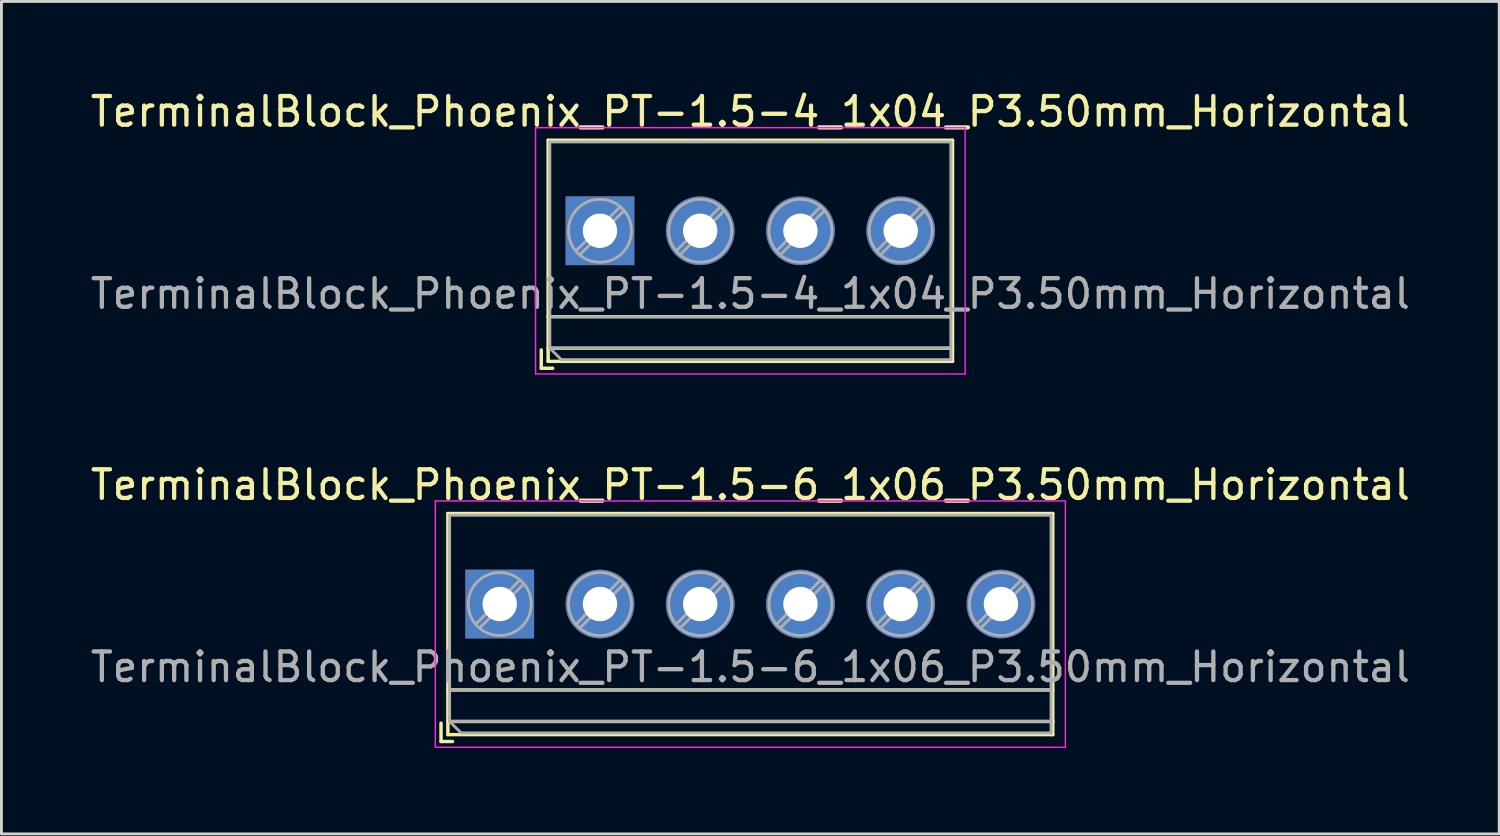
<source format=kicad_pcb>
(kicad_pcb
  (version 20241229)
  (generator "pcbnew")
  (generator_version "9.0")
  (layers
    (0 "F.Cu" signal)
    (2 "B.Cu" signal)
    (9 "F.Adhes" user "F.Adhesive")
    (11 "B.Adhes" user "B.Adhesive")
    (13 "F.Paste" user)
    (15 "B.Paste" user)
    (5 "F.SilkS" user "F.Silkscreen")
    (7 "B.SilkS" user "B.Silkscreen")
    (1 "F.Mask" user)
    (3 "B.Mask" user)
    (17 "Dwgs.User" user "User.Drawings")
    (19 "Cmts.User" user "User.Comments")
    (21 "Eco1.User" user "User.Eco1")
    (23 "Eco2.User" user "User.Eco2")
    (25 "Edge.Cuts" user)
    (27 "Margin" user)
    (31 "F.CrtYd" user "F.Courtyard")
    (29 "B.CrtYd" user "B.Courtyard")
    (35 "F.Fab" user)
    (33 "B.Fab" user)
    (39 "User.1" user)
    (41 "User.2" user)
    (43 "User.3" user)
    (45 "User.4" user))
  (footprint "TerminalBlock_Phoenix_PT-1.5-4_1x04_P3.50mm_Horizontal"
    (layer "F.Cu")
    (at 17.899 5.008)
    (property "Reference" "TerminalBlock_Phoenix_PT-1.5-4_1x04_P3.50mm_Horizontal" (at 5.25 -4.16 0) (layer "F.SilkS") (effects (font (size 1 1) (thickness 0.15))))
    (attr through_hole)
    (fp_line (start -2.05 4.16) (end -2.05 4.8) (stroke (width 0.12) (type solid)) (layer "F.SilkS"))
    (fp_line (start -2.05 4.8) (end -1.65 4.8) (stroke (width 0.12) (type solid)) (layer "F.SilkS"))
    (fp_line (start -1.81 -3.16) (end -1.81 4.56) (stroke (width 0.12) (type solid)) (layer "F.SilkS"))
    (fp_line (start -1.81 -3.16) (end 12.31 -3.16) (stroke (width 0.12) (type solid)) (layer "F.SilkS"))
    (fp_line (start -1.81 3) (end 12.31 3) (stroke (width 0.12) (type solid)) (layer "F.SilkS"))
    (fp_line (start -1.81 4.1) (end 12.31 4.1) (stroke (width 0.12) (type solid)) (layer "F.SilkS"))
    (fp_line (start -1.81 4.56) (end 12.31 4.56) (stroke (width 0.12) (type solid)) (layer "F.SilkS"))
    (fp_line (start 12.31 -3.16) (end 12.31 4.56) (stroke (width 0.12) (type solid)) (layer "F.SilkS"))
    (fp_line (start -2.25 -3.6) (end -2.25 5) (stroke (width 0.05) (type solid)) (layer "F.CrtYd"))
    (fp_line (start -2.25 5) (end 12.75 5) (stroke (width 0.05) (type solid)) (layer "F.CrtYd"))
    (fp_line (start 12.75 -3.6) (end -2.25 -3.6) (stroke (width 0.05) (type solid)) (layer "F.CrtYd"))
    (fp_line (start 12.75 5) (end 12.75 -3.6) (stroke (width 0.05) (type solid)) (layer "F.CrtYd"))
    (fp_line (start -1.75 -3.1) (end 12.25 -3.1) (stroke (width 0.1) (type solid)) (layer "F.Fab"))
    (fp_line (start -1.75 3) (end 12.25 3) (stroke (width 0.1) (type solid)) (layer "F.Fab"))
    (fp_line (start -1.75 4.1) (end -1.75 -3.1) (stroke (width 0.1) (type solid)) (layer "F.Fab"))
    (fp_line (start -1.75 4.1) (end 12.25 4.1) (stroke (width 0.1) (type solid)) (layer "F.Fab"))
    (fp_line (start -1.35 4.5) (end -1.75 4.1) (stroke (width 0.1) (type solid)) (layer "F.Fab"))
    (fp_line (start 0.701 -0.835) (end -0.835 0.7) (stroke (width 0.1) (type solid)) (layer "F.Fab"))
    (fp_line (start 0.835 -0.7) (end -0.701 0.835) (stroke (width 0.1) (type solid)) (layer "F.Fab"))
    (fp_line (start 4.201 -0.835) (end 2.666 0.7) (stroke (width 0.1) (type solid)) (layer "F.Fab"))
    (fp_line (start 4.335 -0.7) (end 2.8 0.835) (stroke (width 0.1) (type solid)) (layer "F.Fab"))
    (fp_line (start 7.701 -0.835) (end 6.166 0.7) (stroke (width 0.1) (type solid)) (layer "F.Fab"))
    (fp_line (start 7.835 -0.7) (end 6.3 0.835) (stroke (width 0.1) (type solid)) (layer "F.Fab"))
    (fp_line (start 11.201 -0.835) (end 9.666 0.7) (stroke (width 0.1) (type solid)) (layer "F.Fab"))
    (fp_line (start 11.335 -0.7) (end 9.8 0.835) (stroke (width 0.1) (type solid)) (layer "F.Fab"))
    (fp_line (start 12.25 -3.1) (end 12.25 4.5) (stroke (width 0.1) (type solid)) (layer "F.Fab"))
    (fp_line (start 12.25 4.5) (end -1.35 4.5) (stroke (width 0.1) (type solid)) (layer "F.Fab"))
    (fp_circle (center 0 0) (end 1.1 0) (stroke (width 0.1) (type solid)) (fill no) (layer "F.Fab"))
    (fp_circle (center 3.5 0) (end 4.6 0) (stroke (width 0.1) (type solid)) (fill no) (layer "F.Fab"))
    (fp_circle (center 7 0) (end 8.1 0) (stroke (width 0.1) (type solid)) (fill no) (layer "F.Fab"))
    (fp_circle (center 10.5 0) (end 11.6 0) (stroke (width 0.1) (type solid)) (fill no) (layer "F.Fab"))
    (fp_text user "${REFERENCE}" (at 5.25 2.2 0) (layer "F.Fab") (effects (font (size 1 1) (thickness 0.15))))
    (pad "1" thru_hole rect (at 0 0) (size 2.4 2.4) (drill 1.2) (layers "*.Cu" "*.Mask"))
    (pad "2" thru_hole circle (at 3.5 0) (size 2.4 2.4) (drill 1.2) (layers "*.Cu" "*.Mask"))
    (pad "3" thru_hole circle (at 7 0) (size 2.4 2.4) (drill 1.2) (layers "*.Cu" "*.Mask"))
    (pad "4" thru_hole circle (at 10.5 0) (size 2.4 2.4) (drill 1.2) (layers "*.Cu" "*.Mask")))
  (footprint "TerminalBlock_Phoenix_PT-1.5-6_1x06_P3.50mm_Horizontal"
    (layer "F.Cu")
    (at 14.399 18.041)
    (property "Reference" "TerminalBlock_Phoenix_PT-1.5-6_1x06_P3.50mm_Horizontal" (at 8.75 -4.16 0) (layer "F.SilkS") (effects (font (size 1 1) (thickness 0.15))))
    (attr through_hole)
    (fp_line (start -2.05 4.16) (end -2.05 4.8) (stroke (width 0.12) (type solid)) (layer "F.SilkS"))
    (fp_line (start -2.05 4.8) (end -1.65 4.8) (stroke (width 0.12) (type solid)) (layer "F.SilkS"))
    (fp_line (start -1.81 -3.16) (end -1.81 4.56) (stroke (width 0.12) (type solid)) (layer "F.SilkS"))
    (fp_line (start -1.81 -3.16) (end 19.311 -3.16) (stroke (width 0.12) (type solid)) (layer "F.SilkS"))
    (fp_line (start -1.81 3) (end 19.311 3) (stroke (width 0.12) (type solid)) (layer "F.SilkS"))
    (fp_line (start -1.81 4.1) (end 19.311 4.1) (stroke (width 0.12) (type solid)) (layer "F.SilkS"))
    (fp_line (start -1.81 4.56) (end 19.311 4.56) (stroke (width 0.12) (type solid)) (layer "F.SilkS"))
    (fp_line (start 19.311 -3.16) (end 19.311 4.56) (stroke (width 0.12) (type solid)) (layer "F.SilkS"))
    (fp_line (start -2.25 -3.6) (end -2.25 5) (stroke (width 0.05) (type solid)) (layer "F.CrtYd"))
    (fp_line (start -2.25 5) (end 19.75 5) (stroke (width 0.05) (type solid)) (layer "F.CrtYd"))
    (fp_line (start 19.75 -3.6) (end -2.25 -3.6) (stroke (width 0.05) (type solid)) (layer "F.CrtYd"))
    (fp_line (start 19.75 5) (end 19.75 -3.6) (stroke (width 0.05) (type solid)) (layer "F.CrtYd"))
    (fp_line (start -1.75 -3.1) (end 19.25 -3.1) (stroke (width 0.1) (type solid)) (layer "F.Fab"))
    (fp_line (start -1.75 3) (end 19.25 3) (stroke (width 0.1) (type solid)) (layer "F.Fab"))
    (fp_line (start -1.75 4.1) (end -1.75 -3.1) (stroke (width 0.1) (type solid)) (layer "F.Fab"))
    (fp_line (start -1.75 4.1) (end 19.25 4.1) (stroke (width 0.1) (type solid)) (layer "F.Fab"))
    (fp_line (start -1.35 4.5) (end -1.75 4.1) (stroke (width 0.1) (type solid)) (layer "F.Fab"))
    (fp_line (start 0.701 -0.835) (end -0.835 0.7) (stroke (width 0.1) (type solid)) (layer "F.Fab"))
    (fp_line (start 0.835 -0.7) (end -0.701 0.835) (stroke (width 0.1) (type solid)) (layer "F.Fab"))
    (fp_line (start 4.201 -0.835) (end 2.666 0.7) (stroke (width 0.1) (type solid)) (layer "F.Fab"))
    (fp_line (start 4.335 -0.7) (end 2.8 0.835) (stroke (width 0.1) (type solid)) (layer "F.Fab"))
    (fp_line (start 7.701 -0.835) (end 6.166 0.7) (stroke (width 0.1) (type solid)) (layer "F.Fab"))
    (fp_line (start 7.835 -0.7) (end 6.3 0.835) (stroke (width 0.1) (type solid)) (layer "F.Fab"))
    (fp_line (start 11.201 -0.835) (end 9.666 0.7) (stroke (width 0.1) (type solid)) (layer "F.Fab"))
    (fp_line (start 11.335 -0.7) (end 9.8 0.835) (stroke (width 0.1) (type solid)) (layer "F.Fab"))
    (fp_line (start 14.701 -0.835) (end 13.166 0.7) (stroke (width 0.1) (type solid)) (layer "F.Fab"))
    (fp_line (start 14.835 -0.7) (end 13.3 0.835) (stroke (width 0.1) (type solid)) (layer "F.Fab"))
    (fp_line (start 18.201 -0.835) (end 16.666 0.7) (stroke (width 0.1) (type solid)) (layer "F.Fab"))
    (fp_line (start 18.335 -0.7) (end 16.8 0.835) (stroke (width 0.1) (type solid)) (layer "F.Fab"))
    (fp_line (start 19.25 -3.1) (end 19.25 4.5) (stroke (width 0.1) (type solid)) (layer "F.Fab"))
    (fp_line (start 19.25 4.5) (end -1.35 4.5) (stroke (width 0.1) (type solid)) (layer "F.Fab"))
    (fp_circle (center 0 0) (end 1.1 0) (stroke (width 0.1) (type solid)) (fill no) (layer "F.Fab"))
    (fp_circle (center 3.5 0) (end 4.6 0) (stroke (width 0.1) (type solid)) (fill no) (layer "F.Fab"))
    (fp_circle (center 7 0) (end 8.1 0) (stroke (width 0.1) (type solid)) (fill no) (layer "F.Fab"))
    (fp_circle (center 10.5 0) (end 11.6 0) (stroke (width 0.1) (type solid)) (fill no) (layer "F.Fab"))
    (fp_circle (center 14 0) (end 15.1 0) (stroke (width 0.1) (type solid)) (fill no) (layer "F.Fab"))
    (fp_circle (center 17.5 0) (end 18.6 0) (stroke (width 0.1) (type solid)) (fill no) (layer "F.Fab"))
    (fp_text user "${REFERENCE}" (at 8.75 2.2 0) (layer "F.Fab") (effects (font (size 1 1) (thickness 0.15))))
    (pad "1" thru_hole rect (at 0 0) (size 2.4 2.4) (drill 1.2) (layers "*.Cu" "*.Mask"))
    (pad "2" thru_hole circle (at 3.5 0) (size 2.4 2.4) (drill 1.2) (layers "*.Cu" "*.Mask"))
    (pad "3" thru_hole circle (at 7 0) (size 2.4 2.4) (drill 1.2) (layers "*.Cu" "*.Mask"))
    (pad "4" thru_hole circle (at 10.5 0) (size 2.4 2.4) (drill 1.2) (layers "*.Cu" "*.Mask"))
    (pad "5" thru_hole circle (at 14 0) (size 2.4 2.4) (drill 1.2) (layers "*.Cu" "*.Mask"))
    (pad "6" thru_hole circle (at 17.5 0) (size 2.4 2.4) (drill 1.2) (layers "*.Cu" "*.Mask")))
  (gr_rect
    (start -3 -3)
    (end 49.298 26.067)
    (stroke (width 0.1) (type default))
    (fill no)
    (layer "Edge.Cuts")))
</source>
